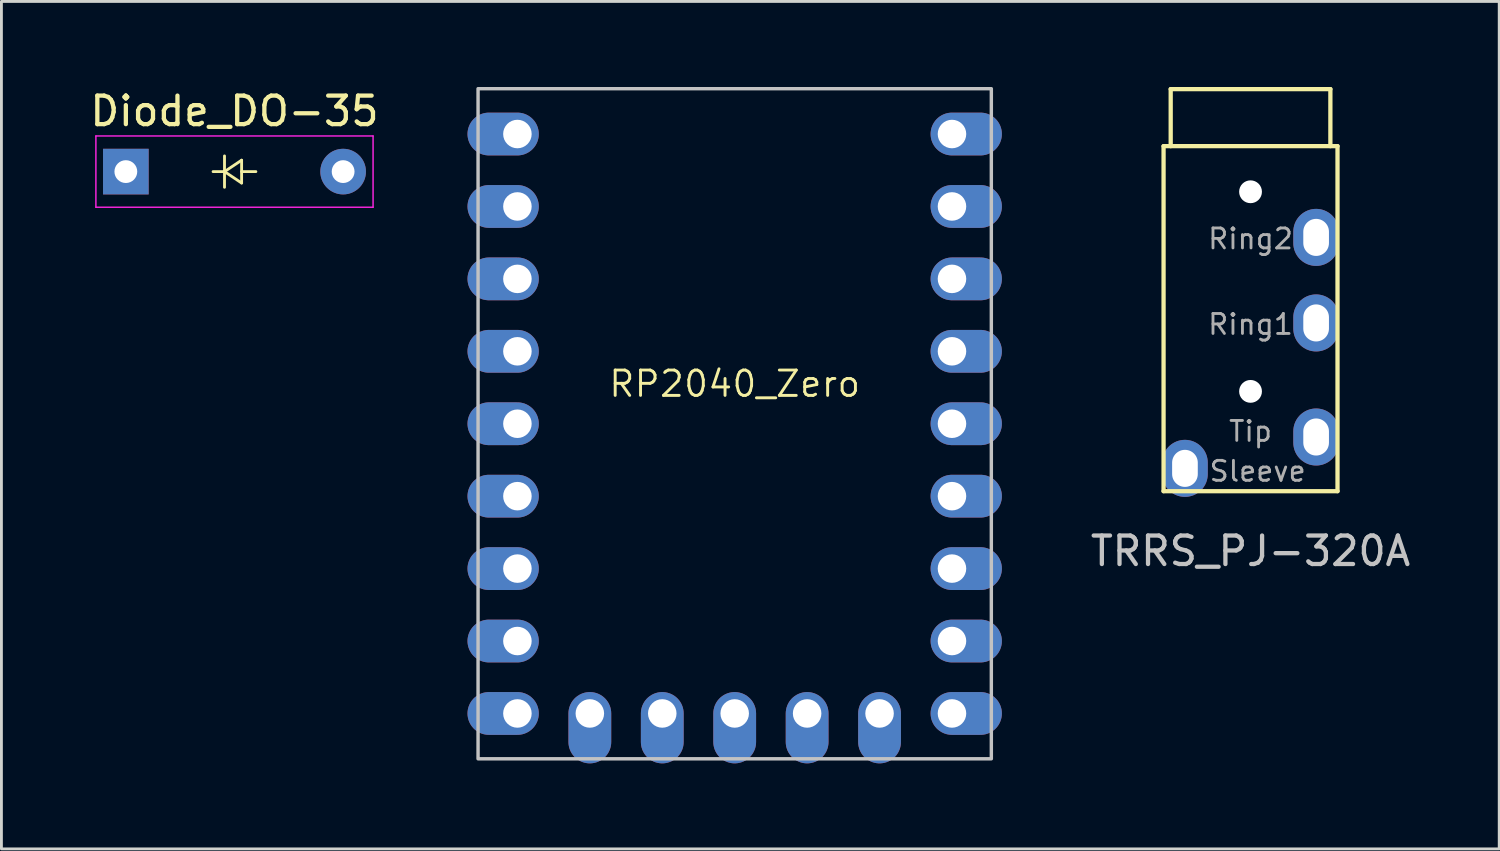
<source format=kicad_pcb>
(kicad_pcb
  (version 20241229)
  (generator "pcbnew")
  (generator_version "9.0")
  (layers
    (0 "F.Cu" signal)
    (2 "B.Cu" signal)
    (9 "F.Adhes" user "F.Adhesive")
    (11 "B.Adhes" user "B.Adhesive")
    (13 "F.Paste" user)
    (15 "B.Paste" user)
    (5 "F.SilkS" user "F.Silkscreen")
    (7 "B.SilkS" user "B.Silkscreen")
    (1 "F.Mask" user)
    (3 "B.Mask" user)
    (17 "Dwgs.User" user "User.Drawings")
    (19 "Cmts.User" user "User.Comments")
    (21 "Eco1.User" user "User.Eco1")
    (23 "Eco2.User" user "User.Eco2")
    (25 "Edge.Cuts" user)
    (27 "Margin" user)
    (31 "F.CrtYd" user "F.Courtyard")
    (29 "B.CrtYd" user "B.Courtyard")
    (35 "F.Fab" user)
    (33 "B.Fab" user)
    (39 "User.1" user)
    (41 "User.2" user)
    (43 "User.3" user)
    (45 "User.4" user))
  (footprint "TRRS_PJ-320A"
    (layer "F.Cu")
    (at 40.805 2.075)
    (property "Reference" "TRRS_PJ-320A" (at 0 14.2 0) (layer "Dwgs.User") (effects (font (size 1 1) (thickness 0.15))))
    (attr through_hole)
    (fp_line (start -3.05 0) (end -3.05 12.1) (stroke (width 0.15) (type solid)) (layer "F.SilkS"))
    (fp_line (start -2.8 0) (end -2.8 -2) (stroke (width 0.15) (type solid)) (layer "F.SilkS"))
    (fp_line (start 2.8 -2) (end -2.8 -2) (stroke (width 0.15) (type solid)) (layer "F.SilkS"))
    (fp_line (start 2.8 0) (end 2.8 -2) (stroke (width 0.15) (type solid)) (layer "F.SilkS"))
    (fp_line (start 3.05 0) (end -3.05 0) (stroke (width 0.15) (type solid)) (layer "F.SilkS"))
    (fp_line (start 3.05 0) (end 3.05 12.1) (stroke (width 0.15) (type solid)) (layer "F.SilkS"))
    (fp_line (start 3.05 12.1) (end -3.05 12.1) (stroke (width 0.15) (type solid)) (layer "F.SilkS"))
    (fp_text user "Sleeve" (at 0.25 11.4 0) (layer "F.Fab") (effects (font (size 0.7 0.7) (thickness 0.1))))
    (fp_text user "Ring1" (at 0 6.25 0) (layer "F.Fab") (effects (font (size 0.7 0.7) (thickness 0.1))))
    (fp_text user "Ring2" (at 0 3.25 0) (layer "F.Fab") (effects (font (size 0.7 0.7) (thickness 0.1))))
    (fp_text user "Tip" (at 0 10 0) (layer "F.Fab") (effects (font (size 0.7 0.7) (thickness 0.1))))
    (pad "" np_thru_hole circle (at 0 1.6 180) (size 0.8 0.8) (drill 0.8) (layers "*.Cu" "*.Mask"))
    (pad "" np_thru_hole circle (at 0 8.6 180) (size 0.8 0.8) (drill 0.8) (layers "*.Cu" "*.Mask"))
    (pad "1" thru_hole oval (at -2.3 11.3 180) (size 1.6 2) (drill oval 0.9 1.3) (layers "*.Cu" "*.Mask"))
    (pad "2" thru_hole oval (at 2.3 10.2 180) (size 1.6 2) (drill oval 0.9 1.3) (layers "*.Cu" "*.Mask"))
    (pad "3" thru_hole oval (at 2.3 6.2 180) (size 1.6 2) (drill oval 0.9 1.3) (layers "*.Cu" "*.Mask"))
    (pad "4" thru_hole oval (at 2.3 3.2 180) (size 1.6 2) (drill oval 0.9 1.3) (layers "*.Cu" "*.Mask")))
  (footprint "Diode_DO-35"
    (layer "F.Cu")
    (at 1.363 2.968)
    (property "Reference" "Diode_DO-35" (at 3.81 -2.12 0) (layer "F.SilkS") (effects (font (size 1 1) (thickness 0.15))))
    (attr through_hole)
    (fp_line (start 3.06 0) (end 3.46 0) (stroke (width 0.1) (type solid)) (layer "F.SilkS"))
    (fp_line (start 3.46 -0.55) (end 3.46 0.55) (stroke (width 0.1) (type solid)) (layer "F.SilkS"))
    (fp_line (start 3.46 0) (end 4.06 -0.4) (stroke (width 0.1) (type solid)) (layer "F.SilkS"))
    (fp_line (start 4.06 -0.4) (end 4.06 0.4) (stroke (width 0.1) (type solid)) (layer "F.SilkS"))
    (fp_line (start 4.06 0) (end 4.56 0) (stroke (width 0.1) (type solid)) (layer "F.SilkS"))
    (fp_line (start 4.06 0.4) (end 3.46 0) (stroke (width 0.1) (type solid)) (layer "F.SilkS"))
    (fp_line (start -1.05 -1.25) (end -1.05 1.25) (stroke (width 0.05) (type solid)) (layer "F.CrtYd"))
    (fp_line (start -1.05 1.25) (end 8.67 1.25) (stroke (width 0.05) (type solid)) (layer "F.CrtYd"))
    (fp_line (start 8.67 -1.25) (end -1.05 -1.25) (stroke (width 0.05) (type solid)) (layer "F.CrtYd"))
    (fp_line (start 8.67 1.25) (end 8.67 -1.25) (stroke (width 0.05) (type solid)) (layer "F.CrtYd"))
    (pad "1" thru_hole rect (at 0 0 180) (size 1.6 1.6) (drill 0.8) (layers "*.Cu" "*.Mask"))
    (pad "2" thru_hole oval (at 7.62 0 180) (size 1.6 1.6) (drill 0.8) (layers "*.Cu" "*.Mask")))
  (footprint "RP2040_Zero"
    (layer "F.Cu")
    (at 22.715 11.81)
    (property "Reference" "RP2040_Zero" (at 0 -1.4 0) (layer "F.SilkS") (effects (font (size 0.889 0.889) (thickness 0.102))))
    (attr through_hole exclude_from_pos_files)
    (fp_rect (start -9 -11.75) (end 9 11.75) (stroke (width 0.12) (type solid)) (fill no) (layer "Dwgs.User"))
    (pad "1" thru_hole oval (at 7.62 -10.16 180) (size 2.5 1.5) (drill 1 (offset -0.5 0)) (layers "*.Cu" "*.Mask"))
    (pad "2" thru_hole oval (at 7.62 -7.62 180) (size 2.5 1.5) (drill 1 (offset -0.5 0)) (layers "*.Cu" "*.Mask"))
    (pad "3" thru_hole oval (at 7.62 -5.08 180) (size 2.5 1.5) (drill 1 (offset -0.5 0)) (layers "*.Cu" "*.Mask"))
    (pad "4" thru_hole oval (at 7.62 -2.54 180) (size 2.5 1.5) (drill 1 (offset -0.5 0)) (layers "*.Cu" "*.Mask"))
    (pad "5" thru_hole oval (at 7.62 0 180) (size 2.5 1.5) (drill 1 (offset -0.5 0)) (layers "*.Cu" "*.Mask"))
    (pad "6" thru_hole oval (at 7.62 2.54 180) (size 2.5 1.5) (drill 1 (offset -0.5 0)) (layers "*.Cu" "*.Mask"))
    (pad "7" thru_hole oval (at 7.62 5.08 180) (size 2.5 1.5) (drill 1 (offset -0.5 0)) (layers "*.Cu" "*.Mask"))
    (pad "8" thru_hole oval (at 7.62 7.62 180) (size 2.5 1.5) (drill 1 (offset -0.5 0)) (layers "*.Cu" "*.Mask"))
    (pad "9" thru_hole oval (at 7.62 10.16 180) (size 2.5 1.5) (drill 1 (offset -0.5 0)) (layers "*.Cu" "*.Mask"))
    (pad "10" thru_hole oval (at 5.08 10.16 90) (size 2.5 1.5) (drill 1 (offset -0.5 0)) (layers "*.Cu" "*.Mask"))
    (pad "11" thru_hole oval (at 2.54 10.16 90) (size 2.5 1.5) (drill 1 (offset -0.5 0)) (layers "*.Cu" "*.Mask"))
    (pad "12" thru_hole oval (at 0 10.16 90) (size 2.5 1.5) (drill 1 (offset -0.5 0)) (layers "*.Cu" "*.Mask"))
    (pad "13" thru_hole oval (at -2.54 10.16 90) (size 2.5 1.5) (drill 1 (offset -0.5 0)) (layers "*.Cu" "*.Mask"))
    (pad "14" thru_hole oval (at -5.08 10.16 90) (size 2.5 1.5) (drill 1 (offset -0.5 0)) (layers "*.Cu" "*.Mask"))
    (pad "15" thru_hole oval (at -7.62 10.16) (size 2.5 1.5) (drill 1 (offset -0.5 0)) (layers "*.Cu" "*.Mask"))
    (pad "16" thru_hole oval (at -7.62 7.62) (size 2.5 1.5) (drill 1 (offset -0.5 0)) (layers "*.Cu" "*.Mask"))
    (pad "17" thru_hole oval (at -7.62 5.08) (size 2.5 1.5) (drill 1 (offset -0.5 0)) (layers "*.Cu" "*.Mask"))
    (pad "18" thru_hole oval (at -7.62 2.54) (size 2.5 1.5) (drill 1 (offset -0.5 0)) (layers "*.Cu" "*.Mask"))
    (pad "19" thru_hole oval (at -7.62 0) (size 2.5 1.5) (drill 1 (offset -0.5 0)) (layers "*.Cu" "*.Mask"))
    (pad "20" thru_hole oval (at -7.62 -2.54) (size 2.5 1.5) (drill 1 (offset -0.5 0)) (layers "*.Cu" "*.Mask"))
    (pad "21" thru_hole oval (at -7.62 -5.08) (size 2.5 1.5) (drill 1 (offset -0.5 0)) (layers "*.Cu" "*.Mask"))
    (pad "22" thru_hole oval (at -7.62 -7.62) (size 2.5 1.5) (drill 1 (offset -0.5 0)) (layers "*.Cu" "*.Mask"))
    (pad "23" thru_hole oval (at -7.62 -10.16) (size 2.5 1.5) (drill 1 (offset -0.5 0)) (layers "*.Cu" "*.Mask")))
  (gr_rect
    (start -3 -3)
    (end 49.526 26.72)
    (stroke (width 0.1) (type default))
    (fill no)
    (layer "Edge.Cuts")))
</source>
